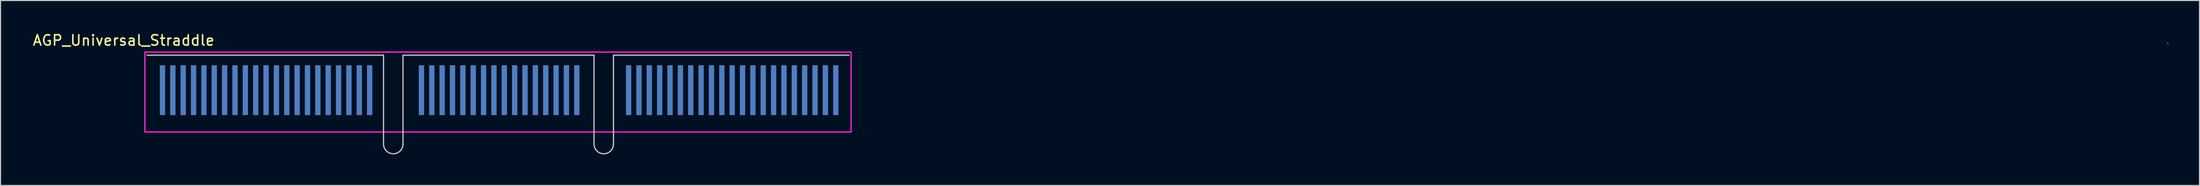
<source format=kicad_pcb>
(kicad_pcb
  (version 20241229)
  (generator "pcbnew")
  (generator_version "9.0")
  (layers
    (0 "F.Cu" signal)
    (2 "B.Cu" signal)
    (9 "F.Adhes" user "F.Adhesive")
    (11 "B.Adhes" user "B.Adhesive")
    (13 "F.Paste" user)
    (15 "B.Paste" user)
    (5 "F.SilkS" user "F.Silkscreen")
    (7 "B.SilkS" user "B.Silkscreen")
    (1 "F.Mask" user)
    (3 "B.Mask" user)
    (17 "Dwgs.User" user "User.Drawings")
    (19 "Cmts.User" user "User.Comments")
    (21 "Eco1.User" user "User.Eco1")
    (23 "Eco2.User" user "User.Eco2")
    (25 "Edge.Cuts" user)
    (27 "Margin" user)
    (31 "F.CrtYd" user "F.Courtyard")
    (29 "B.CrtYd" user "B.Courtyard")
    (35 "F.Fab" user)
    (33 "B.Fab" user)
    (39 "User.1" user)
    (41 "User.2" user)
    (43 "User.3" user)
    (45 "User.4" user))
  (footprint "AGP_Universal_Straddle"
    (layer "F.Cu")
    (at 11.137 1.848)
    (property "Reference" "AGP_Universal_Straddle" (at -2.25 -1 0) (unlocked yes) (layer "F.SilkS") (effects (font (size 1 1) (thickness 0.15))))
    (fp_line (start 22.84 0.43) (end 0 0.43) (stroke (width 0.12) (type solid)) (layer "Dwgs.User"))
    (fp_line (start 22.84 9.01) (end 22.84 0.43) (stroke (width 0.12) (type solid)) (layer "Dwgs.User"))
    (fp_line (start 24.72 9.01) (end 24.72 0.43) (stroke (width 0.12) (type solid)) (layer "Dwgs.User"))
    (fp_line (start 43.16 0.43) (end 24.72 0.43) (stroke (width 0.12) (type solid)) (layer "Dwgs.User"))
    (fp_line (start 43.16 9.01) (end 43.16 0.43) (stroke (width 0.12) (type solid)) (layer "Dwgs.User"))
    (fp_line (start 45.04 9.01) (end 45.04 0.43) (stroke (width 0.12) (type solid)) (layer "Dwgs.User"))
    (fp_line (start 67.78 0.43) (end 45.04 0.43) (stroke (width 0.12) (type solid)) (layer "Dwgs.User"))
    (fp_arc (start 24.72 9.01) (mid 23.78 9.95) (end 22.84 9.01) (stroke (width 0.12) (type solid)) (layer "Dwgs.User"))
    (fp_arc (start 45.04 9.01) (mid 44.1 9.95) (end 43.16 9.01) (stroke (width 0.12) (type solid)) (layer "Dwgs.User"))
    (fp_line (start 195.1 -0.7) (end 195.1 -0.7) (stroke (width 0.12) (type solid)) (layer "Cmts.User"))
    (fp_rect (start -0.2 0.13) (end 67.98 7.844) (stroke (width 0.12) (type solid)) (fill no) (layer "F.CrtYd"))
    (pad "A1" connect rect (at 1.5 3.81) (size 0.5 4.8) (layers "B.Cu" "B.Mask"))
    (pad "A2" connect rect (at 2.5 3.81) (size 0.5 4.8) (layers "B.Cu" "B.Mask"))
    (pad "A3" connect rect (at 3.5 3.81) (size 0.5 4.8) (layers "B.Cu" "B.Mask"))
    (pad "A4" connect rect (at 4.5 3.81) (size 0.5 4.8) (layers "B.Cu" "B.Mask"))
    (pad "A5" connect rect (at 5.5 3.81) (size 0.5 4.8) (layers "B.Cu" "B.Mask"))
    (pad "A6" connect rect (at 6.5 3.81) (size 0.5 4.8) (layers "B.Cu" "B.Mask"))
    (pad "A7" connect rect (at 7.5 3.81) (size 0.5 4.8) (layers "B.Cu" "B.Mask"))
    (pad "A8" connect rect (at 8.5 3.81) (size 0.5 4.8) (layers "B.Cu" "B.Mask"))
    (pad "A9" connect rect (at 9.5 3.81) (size 0.5 4.8) (layers "B.Cu" "B.Mask"))
    (pad "A10" connect rect (at 10.5 3.81) (size 0.5 4.8) (layers "B.Cu" "B.Mask"))
    (pad "A11" connect rect (at 11.5 3.81) (size 0.5 4.8) (layers "B.Cu" "B.Mask"))
    (pad "A12" connect rect (at 12.5 3.81) (size 0.5 4.8) (layers "B.Cu" "B.Mask"))
    (pad "A13" connect rect (at 13.5 3.81) (size 0.5 4.8) (layers "B.Cu" "B.Mask"))
    (pad "A14" connect rect (at 14.5 3.81) (size 0.5 4.8) (layers "B.Cu" "B.Mask"))
    (pad "A15" connect rect (at 15.5 3.81) (size 0.5 4.8) (layers "B.Cu" "B.Mask"))
    (pad "A16" connect rect (at 16.5 3.81) (size 0.5 4.8) (layers "B.Cu" "B.Mask"))
    (pad "A17" connect rect (at 17.5 3.81) (size 0.5 4.8) (layers "B.Cu" "B.Mask"))
    (pad "A18" connect rect (at 18.5 3.81) (size 0.5 4.8) (layers "B.Cu" "B.Mask"))
    (pad "A19" connect rect (at 19.5 3.81) (size 0.5 4.8) (layers "B.Cu" "B.Mask"))
    (pad "A20" connect rect (at 20.5 3.81) (size 0.5 4.8) (layers "B.Cu" "B.Mask"))
    (pad "A21" connect rect (at 21.5 3.81) (size 0.5 4.8) (layers "B.Cu" "B.Mask"))
    (pad "A26" connect rect (at 26.5 3.81) (size 0.5 4.8) (layers "B.Cu" "B.Mask"))
    (pad "A27" connect rect (at 27.5 3.81) (size 0.5 4.8) (layers "B.Cu" "B.Mask"))
    (pad "A28" connect rect (at 28.5 3.81) (size 0.5 4.8) (layers "B.Cu" "B.Mask"))
    (pad "A29" connect rect (at 29.5 3.81) (size 0.5 4.8) (layers "B.Cu" "B.Mask"))
    (pad "A30" connect rect (at 30.5 3.81) (size 0.5 4.8) (layers "B.Cu" "B.Mask"))
    (pad "A31" connect rect (at 31.5 3.81) (size 0.5 4.8) (layers "B.Cu" "B.Mask"))
    (pad "A32" connect rect (at 32.5 3.81) (size 0.5 4.8) (layers "B.Cu" "B.Mask"))
    (pad "A33" connect rect (at 33.5 3.81) (size 0.5 4.8) (layers "B.Cu" "B.Mask"))
    (pad "A34" connect rect (at 34.5 3.81) (size 0.5 4.8) (layers "B.Cu" "B.Mask"))
    (pad "A35" connect rect (at 35.5 3.81) (size 0.5 4.8) (layers "B.Cu" "B.Mask"))
    (pad "A36" connect rect (at 36.5 3.81) (size 0.5 4.8) (layers "B.Cu" "B.Mask"))
    (pad "A37" connect rect (at 37.5 3.81) (size 0.5 4.8) (layers "B.Cu" "B.Mask"))
    (pad "A38" connect rect (at 38.5 3.81) (size 0.5 4.8) (layers "B.Cu" "B.Mask"))
    (pad "A39" connect rect (at 39.5 3.81) (size 0.5 4.8) (layers "B.Cu" "B.Mask"))
    (pad "A40" connect rect (at 40.5 3.81) (size 0.5 4.8) (layers "B.Cu" "B.Mask"))
    (pad "A41" connect rect (at 41.5 3.81) (size 0.5 4.8) (layers "B.Cu" "B.Mask"))
    (pad "A46" connect rect (at 46.5 3.81) (size 0.5 4.8) (layers "B.Cu" "B.Mask"))
    (pad "A47" connect rect (at 47.5 3.81) (size 0.5 4.8) (layers "B.Cu" "B.Mask"))
    (pad "A48" connect rect (at 48.5 3.81) (size 0.5 4.8) (layers "B.Cu" "B.Mask"))
    (pad "A49" connect rect (at 49.5 3.81) (size 0.5 4.8) (layers "B.Cu" "B.Mask"))
    (pad "A50" connect rect (at 50.5 3.81) (size 0.5 4.8) (layers "B.Cu" "B.Mask"))
    (pad "A51" connect rect (at 51.5 3.81) (size 0.5 4.8) (layers "B.Cu" "B.Mask"))
    (pad "A52" connect rect (at 52.5 3.81) (size 0.5 4.8) (layers "B.Cu" "B.Mask"))
    (pad "A53" connect rect (at 53.5 3.81) (size 0.5 4.8) (layers "B.Cu" "B.Mask"))
    (pad "A54" connect rect (at 54.5 3.81) (size 0.5 4.8) (layers "B.Cu" "B.Mask"))
    (pad "A55" connect rect (at 55.5 3.81) (size 0.5 4.8) (layers "B.Cu" "B.Mask"))
    (pad "A56" connect rect (at 56.5 3.81) (size 0.5 4.8) (layers "B.Cu" "B.Mask"))
    (pad "A57" connect rect (at 57.5 3.81) (size 0.5 4.8) (layers "B.Cu" "B.Mask"))
    (pad "A58" connect rect (at 58.5 3.81) (size 0.5 4.8) (layers "B.Cu" "B.Mask"))
    (pad "A59" connect rect (at 59.5 3.81) (size 0.5 4.8) (layers "B.Cu" "B.Mask"))
    (pad "A60" connect rect (at 60.5 3.81) (size 0.5 4.8) (layers "B.Cu" "B.Mask"))
    (pad "A61" connect rect (at 61.5 3.81) (size 0.5 4.8) (layers "B.Cu" "B.Mask"))
    (pad "A62" connect rect (at 62.5 3.81) (size 0.5 4.8) (layers "B.Cu" "B.Mask"))
    (pad "A63" connect rect (at 63.5 3.81) (size 0.5 4.8) (layers "B.Cu" "B.Mask"))
    (pad "A64" connect rect (at 64.5 3.81) (size 0.5 4.8) (layers "B.Cu" "B.Mask"))
    (pad "A65" connect rect (at 65.5 3.81) (size 0.5 4.8) (layers "B.Cu" "B.Mask"))
    (pad "A66" connect rect (at 66.5 3.81) (size 0.5 4.8) (layers "B.Cu" "B.Mask"))
    (pad "B1" connect rect (at 1.5 3.81) (size 0.5 4.8) (layers "F.Cu" "F.Mask"))
    (pad "B2" connect rect (at 2.5 3.81) (size 0.5 4.8) (layers "F.Cu" "F.Mask"))
    (pad "B3" connect rect (at 3.5 3.81) (size 0.5 4.8) (layers "F.Cu" "F.Mask"))
    (pad "B4" connect rect (at 4.5 3.81) (size 0.5 4.8) (layers "F.Cu" "F.Mask"))
    (pad "B5" connect rect (at 5.5 3.81) (size 0.5 4.8) (layers "F.Cu" "F.Mask"))
    (pad "B6" connect rect (at 6.5 3.81) (size 0.5 4.8) (layers "F.Cu" "F.Mask"))
    (pad "B7" connect rect (at 7.5 3.81) (size 0.5 4.8) (layers "F.Cu" "F.Mask"))
    (pad "B8" connect rect (at 8.5 3.81) (size 0.5 4.8) (layers "F.Cu" "F.Mask"))
    (pad "B9" connect rect (at 9.5 3.81) (size 0.5 4.8) (layers "F.Cu" "F.Mask"))
    (pad "B10" connect rect (at 10.5 3.81) (size 0.5 4.8) (layers "F.Cu" "F.Mask"))
    (pad "B11" connect rect (at 11.5 3.81) (size 0.5 4.8) (layers "F.Cu" "F.Mask"))
    (pad "B12" connect rect (at 12.5 3.81) (size 0.5 4.8) (layers "F.Cu" "F.Mask"))
    (pad "B13" connect rect (at 13.5 3.81) (size 0.5 4.8) (layers "F.Cu" "F.Mask"))
    (pad "B14" connect rect (at 14.5 3.81) (size 0.5 4.8) (layers "F.Cu" "F.Mask"))
    (pad "B15" connect rect (at 15.5 3.81) (size 0.5 4.8) (layers "F.Cu" "F.Mask"))
    (pad "B16" connect rect (at 16.5 3.81) (size 0.5 4.8) (layers "F.Cu" "F.Mask"))
    (pad "B17" connect rect (at 17.5 3.81) (size 0.5 4.8) (layers "F.Cu" "F.Mask"))
    (pad "B18" connect rect (at 18.5 3.81) (size 0.5 4.8) (layers "F.Cu" "F.Mask"))
    (pad "B19" connect rect (at 19.5 3.81) (size 0.5 4.8) (layers "F.Cu" "F.Mask"))
    (pad "B20" connect rect (at 20.5 3.81) (size 0.5 4.8) (layers "F.Cu" "F.Mask"))
    (pad "B21" connect rect (at 21.5 3.81) (size 0.5 4.8) (layers "F.Cu" "F.Mask"))
    (pad "B26" connect rect (at 26.5 3.81) (size 0.5 4.8) (layers "F.Cu" "F.Mask"))
    (pad "B27" connect rect (at 27.5 3.81) (size 0.5 4.8) (layers "F.Cu" "F.Mask"))
    (pad "B28" connect rect (at 28.5 3.81) (size 0.5 4.8) (layers "F.Cu" "F.Mask"))
    (pad "B29" connect rect (at 29.5 3.81) (size 0.5 4.8) (layers "F.Cu" "F.Mask"))
    (pad "B30" connect rect (at 30.5 3.81) (size 0.5 4.8) (layers "F.Cu" "F.Mask"))
    (pad "B31" connect rect (at 31.5 3.81) (size 0.5 4.8) (layers "F.Cu" "F.Mask"))
    (pad "B32" connect rect (at 32.5 3.81) (size 0.5 4.8) (layers "F.Cu" "F.Mask"))
    (pad "B33" connect rect (at 33.5 3.81) (size 0.5 4.8) (layers "F.Cu" "F.Mask"))
    (pad "B34" connect rect (at 34.5 3.81) (size 0.5 4.8) (layers "F.Cu" "F.Mask"))
    (pad "B35" connect rect (at 35.5 3.81) (size 0.5 4.8) (layers "F.Cu" "F.Mask"))
    (pad "B36" connect rect (at 36.5 3.81) (size 0.5 4.8) (layers "F.Cu" "F.Mask"))
    (pad "B37" connect rect (at 37.5 3.81) (size 0.5 4.8) (layers "F.Cu" "F.Mask"))
    (pad "B38" connect rect (at 38.5 3.81) (size 0.5 4.8) (layers "F.Cu" "F.Mask"))
    (pad "B39" connect rect (at 39.5 3.81) (size 0.5 4.8) (layers "F.Cu" "F.Mask"))
    (pad "B40" connect rect (at 40.5 3.81) (size 0.5 4.8) (layers "F.Cu" "F.Mask"))
    (pad "B41" connect rect (at 41.5 3.81) (size 0.5 4.8) (layers "F.Cu" "F.Mask"))
    (pad "B46" connect rect (at 46.5 3.81) (size 0.5 4.8) (layers "F.Cu" "F.Mask"))
    (pad "B47" connect rect (at 47.5 3.81) (size 0.5 4.8) (layers "F.Cu" "F.Mask"))
    (pad "B48" connect rect (at 48.5 3.81) (size 0.5 4.8) (layers "F.Cu" "F.Mask"))
    (pad "B49" connect rect (at 49.5 3.81) (size 0.5 4.8) (layers "F.Cu" "F.Mask"))
    (pad "B50" connect rect (at 50.5 3.81) (size 0.5 4.8) (layers "F.Cu" "F.Mask"))
    (pad "B51" connect rect (at 51.5 3.81) (size 0.5 4.8) (layers "F.Cu" "F.Mask"))
    (pad "B52" connect rect (at 52.5 3.81) (size 0.5 4.8) (layers "F.Cu" "F.Mask"))
    (pad "B53" connect rect (at 53.5 3.81) (size 0.5 4.8) (layers "F.Cu" "F.Mask"))
    (pad "B54" connect rect (at 54.5 3.81) (size 0.5 4.8) (layers "F.Cu" "F.Mask"))
    (pad "B55" connect rect (at 55.5 3.81) (size 0.5 4.8) (layers "F.Cu" "F.Mask"))
    (pad "B56" connect rect (at 56.5 3.81) (size 0.5 4.8) (layers "F.Cu" "F.Mask"))
    (pad "B57" connect rect (at 57.5 3.81) (size 0.5 4.8) (layers "F.Cu" "F.Mask"))
    (pad "B58" connect rect (at 58.5 3.81) (size 0.5 4.8) (layers "F.Cu" "F.Mask"))
    (pad "B59" connect rect (at 59.5 3.81) (size 0.5 4.8) (layers "F.Cu" "F.Mask"))
    (pad "B60" connect rect (at 60.5 3.81) (size 0.5 4.8) (layers "F.Cu" "F.Mask"))
    (pad "B61" connect rect (at 61.5 3.81) (size 0.5 4.8) (layers "F.Cu" "F.Mask"))
    (pad "B62" connect rect (at 62.5 3.81) (size 0.5 4.8) (layers "F.Cu" "F.Mask"))
    (pad "B63" connect rect (at 63.5 3.81) (size 0.5 4.8) (layers "F.Cu" "F.Mask"))
    (pad "B64" connect rect (at 64.5 3.81) (size 0.5 4.8) (layers "F.Cu" "F.Mask"))
    (pad "B65" connect rect (at 65.5 3.81) (size 0.5 4.8) (layers "F.Cu" "F.Mask"))
    (pad "B66" connect rect (at 66.5 3.81) (size 0.5 4.8) (layers "F.Cu" "F.Mask")))
  (gr_rect
    (start -3 -3)
    (end 209.297 14.858)
    (stroke (width 0.1) (type default))
    (fill no)
    (layer "Edge.Cuts")))
</source>
